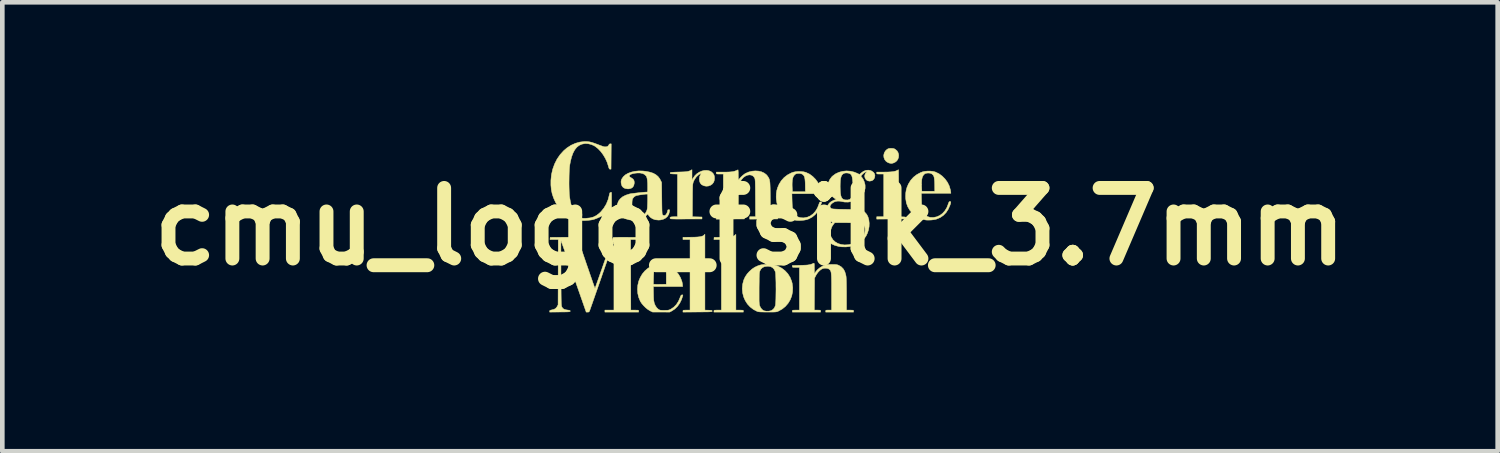
<source format=kicad_pcb>
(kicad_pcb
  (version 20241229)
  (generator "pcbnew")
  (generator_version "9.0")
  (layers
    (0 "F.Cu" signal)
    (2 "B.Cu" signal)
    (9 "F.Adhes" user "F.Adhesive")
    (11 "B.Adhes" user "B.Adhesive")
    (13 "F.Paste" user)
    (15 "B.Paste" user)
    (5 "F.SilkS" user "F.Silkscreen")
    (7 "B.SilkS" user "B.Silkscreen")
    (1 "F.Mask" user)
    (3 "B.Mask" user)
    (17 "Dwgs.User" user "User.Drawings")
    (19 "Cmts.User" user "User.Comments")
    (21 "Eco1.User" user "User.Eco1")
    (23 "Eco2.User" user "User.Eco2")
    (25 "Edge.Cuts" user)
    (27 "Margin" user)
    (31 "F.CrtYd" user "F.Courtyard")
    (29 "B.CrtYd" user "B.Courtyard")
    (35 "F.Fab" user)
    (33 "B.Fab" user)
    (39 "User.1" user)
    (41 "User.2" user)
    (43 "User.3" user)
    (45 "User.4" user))
  (footprint "cmu_logo_fsilk_3.7mm"
    (layer "F.Cu")
    (at 13.143 1.842)
    (property "Reference" "cmu_logo_fsilk_3.7mm" (at 0 0 0) (layer "F.SilkS") (effects (font (size 1.524 1.524) (thickness 0.3))))
    (attr through_hole)
    (fp_poly (pts (xy -0.305 1.803) (xy -0.224 1.803) (xy -0.187 1.804) (xy -0.164 1.805) (xy -0.151 1.807) (xy -0.145 1.812) (xy -0.144 1.821) (xy -0.144 1.825) (xy -0.144 1.846) (xy -0.779 1.846) (xy -0.779 1.825) (xy -0.778 1.815) (xy -0.775 1.809) (xy -0.764 1.805) (xy -0.745 1.804) (xy -0.712 1.803) (xy -0.699 1.803) (xy -0.618 1.803) (xy -0.618 0.279) (xy -0.78 0.279) (xy -0.777 0.256) (xy -0.775 0.233) (xy -0.61 0.23) (xy -0.535 0.229) (xy -0.476 0.226) (xy -0.429 0.222) (xy -0.393 0.217) (xy -0.366 0.209) (xy -0.345 0.199) (xy -0.33 0.189) (xy -0.305 0.168) (xy -0.305 1.803)) (stroke (width 0.01) (type solid)) (fill yes) (layer "F.SilkS"))
    (fp_poly (pts (xy 3.082 -1.688) (xy 3.107 -1.683) (xy 3.129 -1.672) (xy 3.139 -1.666) (xy 3.176 -1.633) (xy 3.199 -1.591) (xy 3.21 -1.545) (xy 3.207 -1.497) (xy 3.191 -1.452) (xy 3.168 -1.419) (xy 3.138 -1.394) (xy 3.101 -1.375) (xy 3.065 -1.365) (xy 3.052 -1.364) (xy 3.027 -1.367) (xy 2.998 -1.374) (xy 2.994 -1.376) (xy 2.965 -1.39) (xy 2.938 -1.409) (xy 2.936 -1.411) (xy 2.906 -1.45) (xy 2.89 -1.495) (xy 2.887 -1.542) (xy 2.898 -1.589) (xy 2.921 -1.631) (xy 2.956 -1.665) (xy 2.957 -1.665) (xy 2.979 -1.679) (xy 3.001 -1.686) (xy 3.028 -1.689) (xy 3.048 -1.689) (xy 3.082 -1.688)) (stroke (width 0.01) (type solid)) (fill yes) (layer "F.SilkS"))
    (fp_poly (pts (xy -0.974 1.803) (xy -0.895 1.805) (xy -0.859 1.807) (xy -0.835 1.809) (xy -0.823 1.812) (xy -0.818 1.818) (xy -0.817 1.825) (xy -0.817 1.829) (xy -0.82 1.832) (xy -0.826 1.835) (xy -0.837 1.838) (xy -0.855 1.839) (xy -0.881 1.841) (xy -0.917 1.842) (xy -0.965 1.842) (xy -1.026 1.843) (xy -1.102 1.844) (xy -1.132 1.844) (xy -1.448 1.846) (xy -1.448 1.825) (xy -1.447 1.815) (xy -1.443 1.808) (xy -1.433 1.805) (xy -1.412 1.804) (xy -1.379 1.803) (xy -1.372 1.803) (xy -1.295 1.803) (xy -1.295 0.279) (xy -1.448 0.279) (xy -1.448 0.231) (xy -1.278 0.229) (xy -1.2 0.228) (xy -1.138 0.225) (xy -1.088 0.22) (xy -1.05 0.212) (xy -1.021 0.203) (xy -1 0.19) (xy -0.993 0.184) (xy -0.974 0.166) (xy -0.974 1.803)) (stroke (width 0.01) (type solid)) (fill yes) (layer "F.SilkS"))
    (fp_poly (pts (xy 3.205 -1.219) (xy 3.206 -1.196) (xy 3.207 -1.158) (xy 3.207 -1.108) (xy 3.208 -1.046) (xy 3.208 -0.976) (xy 3.209 -0.896) (xy 3.209 -0.811) (xy 3.209 -0.72) (xy 3.209 -0.212) (xy 3.287 -0.21) (xy 3.324 -0.209) (xy 3.347 -0.207) (xy 3.359 -0.203) (xy 3.364 -0.198) (xy 3.365 -0.189) (xy 3.365 -0.186) (xy 3.365 -0.165) (xy 3.05 -0.164) (xy 2.735 -0.162) (xy 2.735 -0.212) (xy 2.887 -0.212) (xy 2.887 -1.135) (xy 2.811 -1.135) (xy 2.775 -1.135) (xy 2.752 -1.136) (xy 2.74 -1.139) (xy 2.736 -1.144) (xy 2.735 -1.154) (xy 2.735 -1.156) (xy 2.735 -1.177) (xy 2.893 -1.177) (xy 2.977 -1.178) (xy 3.046 -1.182) (xy 3.1 -1.189) (xy 3.142 -1.198) (xy 3.173 -1.211) (xy 3.181 -1.215) (xy 3.197 -1.225) (xy 3.204 -1.228) (xy 3.205 -1.219)) (stroke (width 0.01) (type solid)) (fill yes) (layer "F.SilkS"))
    (fp_poly (pts (xy -1.253 -1.116) (xy -1.253 -1.003) (xy -1.228 -1.046) (xy -1.191 -1.099) (xy -1.146 -1.142) (xy -1.096 -1.175) (xy -1.042 -1.199) (xy -0.988 -1.212) (xy -0.934 -1.214) (xy -0.884 -1.205) (xy -0.839 -1.185) (xy -0.802 -1.153) (xy -0.781 -1.122) (xy -0.77 -1.088) (xy -0.767 -1.046) (xy -0.771 -1.003) (xy -0.782 -0.966) (xy -0.784 -0.961) (xy -0.813 -0.921) (xy -0.853 -0.893) (xy -0.898 -0.876) (xy -0.947 -0.872) (xy -0.995 -0.881) (xy -1.04 -0.903) (xy -1.053 -0.913) (xy -1.077 -0.945) (xy -1.091 -0.986) (xy -1.094 -1.032) (xy -1.087 -1.079) (xy -1.072 -1.113) (xy -1.061 -1.135) (xy -1.056 -1.148) (xy -1.057 -1.151) (xy -1.066 -1.147) (xy -1.085 -1.135) (xy -1.106 -1.122) (xy -1.157 -1.076) (xy -1.199 -1.017) (xy -1.222 -0.967) (xy -1.227 -0.954) (xy -1.23 -0.942) (xy -1.233 -0.927) (xy -1.236 -0.909) (xy -1.238 -0.885) (xy -1.239 -0.854) (xy -1.24 -0.814) (xy -1.241 -0.764) (xy -1.242 -0.702) (xy -1.242 -0.625) (xy -1.243 -0.565) (xy -1.245 -0.212) (xy -1.037 -0.207) (xy -1.037 -0.165) (xy -1.378 -0.164) (xy -1.465 -0.163) (xy -1.536 -0.163) (xy -1.593 -0.163) (xy -1.638 -0.164) (xy -1.671 -0.165) (xy -1.695 -0.166) (xy -1.711 -0.168) (xy -1.72 -0.171) (xy -1.724 -0.174) (xy -1.724 -0.174) (xy -1.728 -0.19) (xy -1.723 -0.201) (xy -1.706 -0.208) (xy -1.677 -0.211) (xy -1.643 -0.212) (xy -1.566 -0.212) (xy -1.566 -1.134) (xy -1.645 -1.136) (xy -1.681 -1.138) (xy -1.705 -1.14) (xy -1.717 -1.143) (xy -1.722 -1.149) (xy -1.723 -1.156) (xy -1.722 -1.161) (xy -1.719 -1.166) (xy -1.71 -1.169) (xy -1.695 -1.171) (xy -1.67 -1.173) (xy -1.634 -1.175) (xy -1.584 -1.177) (xy -1.541 -1.178) (xy -1.475 -1.18) (xy -1.424 -1.182) (xy -1.384 -1.185) (xy -1.353 -1.189) (xy -1.328 -1.195) (xy -1.307 -1.201) (xy -1.287 -1.21) (xy -1.28 -1.214) (xy -1.253 -1.228) (xy -1.253 -1.116)) (stroke (width 0.01) (type solid)) (fill yes) (layer "F.SilkS"))
    (fp_poly (pts (xy 1.096 -1.189) (xy 1.154 -1.183) (xy 1.202 -1.172) (xy 1.206 -1.17) (xy 1.285 -1.133) (xy 1.355 -1.081) (xy 1.417 -1.018) (xy 1.469 -0.946) (xy 1.508 -0.867) (xy 1.532 -0.783) (xy 1.537 -0.756) (xy 1.543 -0.711) (xy 0.904 -0.711) (xy 0.908 -0.552) (xy 0.91 -0.492) (xy 0.912 -0.445) (xy 0.916 -0.408) (xy 0.92 -0.379) (xy 0.925 -0.354) (xy 0.93 -0.337) (xy 0.956 -0.281) (xy 0.993 -0.237) (xy 1.039 -0.207) (xy 1.095 -0.191) (xy 1.16 -0.188) (xy 1.164 -0.189) (xy 1.237 -0.203) (xy 1.304 -0.232) (xy 1.363 -0.276) (xy 1.414 -0.333) (xy 1.456 -0.403) (xy 1.483 -0.472) (xy 1.494 -0.503) (xy 1.502 -0.522) (xy 1.511 -0.53) (xy 1.522 -0.533) (xy 1.526 -0.533) (xy 1.548 -0.533) (xy 1.536 -0.489) (xy 1.503 -0.401) (xy 1.46 -0.324) (xy 1.405 -0.258) (xy 1.341 -0.205) (xy 1.268 -0.166) (xy 1.219 -0.149) (xy 1.173 -0.14) (xy 1.119 -0.134) (xy 1.063 -0.131) (xy 1.012 -0.133) (xy 0.994 -0.135) (xy 0.904 -0.157) (xy 0.821 -0.194) (xy 0.747 -0.246) (xy 0.715 -0.275) (xy 0.655 -0.346) (xy 0.611 -0.422) (xy 0.581 -0.505) (xy 0.567 -0.595) (xy 0.565 -0.643) (xy 0.568 -0.716) (xy 0.578 -0.78) (xy 0.596 -0.841) (xy 0.624 -0.905) (xy 0.909 -0.905) (xy 0.91 -0.86) (xy 0.912 -0.82) (xy 0.912 -0.811) (xy 0.916 -0.754) (xy 1.195 -0.754) (xy 1.193 -0.9) (xy 1.191 -0.963) (xy 1.187 -1.012) (xy 1.182 -1.05) (xy 1.174 -1.078) (xy 1.162 -1.1) (xy 1.146 -1.118) (xy 1.131 -1.13) (xy 1.104 -1.142) (xy 1.067 -1.148) (xy 1.028 -1.147) (xy 0.993 -1.139) (xy 0.976 -1.13) (xy 0.946 -1.099) (xy 0.925 -1.056) (xy 0.913 -1.001) (xy 0.91 -0.949) (xy 0.909 -0.905) (xy 0.624 -0.905) (xy 0.625 -0.908) (xy 0.628 -0.914) (xy 0.675 -0.991) (xy 0.735 -1.058) (xy 0.807 -1.114) (xy 0.889 -1.158) (xy 0.931 -1.174) (xy 0.979 -1.184) (xy 1.036 -1.19) (xy 1.096 -1.189)) (stroke (width 0.01) (type solid)) (fill yes) (layer "F.SilkS"))
    (fp_poly (pts (xy -0.258 -1.219) (xy -0.256 -1.198) (xy -0.254 -1.167) (xy -0.254 -1.127) (xy -0.254 -1.112) (xy -0.253 -1.065) (xy -0.252 -1.033) (xy -0.25 -1.015) (xy -0.248 -1.008) (xy -0.244 -1.01) (xy -0.243 -1.011) (xy -0.221 -1.041) (xy -0.189 -1.075) (xy -0.153 -1.108) (xy -0.117 -1.136) (xy -0.094 -1.15) (xy -0.027 -1.179) (xy 0.043 -1.196) (xy 0.114 -1.202) (xy 0.183 -1.198) (xy 0.247 -1.183) (xy 0.304 -1.157) (xy 0.351 -1.122) (xy 0.379 -1.089) (xy 0.391 -1.07) (xy 0.402 -1.052) (xy 0.411 -1.034) (xy 0.418 -1.014) (xy 0.423 -0.991) (xy 0.428 -0.962) (xy 0.431 -0.927) (xy 0.433 -0.882) (xy 0.435 -0.828) (xy 0.436 -0.761) (xy 0.437 -0.681) (xy 0.438 -0.587) (xy 0.442 -0.212) (xy 0.519 -0.21) (xy 0.556 -0.209) (xy 0.579 -0.207) (xy 0.591 -0.203) (xy 0.596 -0.198) (xy 0.597 -0.188) (xy 0.597 -0.186) (xy 0.597 -0.165) (xy 0.294 -0.163) (xy -0.008 -0.161) (xy -0.008 -0.212) (xy 0.119 -0.212) (xy 0.117 -0.616) (xy 0.116 -0.709) (xy 0.116 -0.787) (xy 0.115 -0.851) (xy 0.114 -0.903) (xy 0.113 -0.944) (xy 0.112 -0.976) (xy 0.11 -1) (xy 0.108 -1.018) (xy 0.106 -1.031) (xy 0.103 -1.041) (xy 0.099 -1.05) (xy 0.097 -1.054) (xy 0.071 -1.088) (xy 0.035 -1.109) (xy -0.007 -1.117) (xy -0.054 -1.11) (xy -0.091 -1.096) (xy -0.142 -1.062) (xy -0.185 -1.013) (xy -0.223 -0.949) (xy -0.223 -0.948) (xy -0.25 -0.893) (xy -0.252 -0.552) (xy -0.255 -0.212) (xy -0.117 -0.212) (xy -0.123 -0.165) (xy -0.425 -0.163) (xy -0.728 -0.16) (xy -0.728 -0.212) (xy -0.576 -0.212) (xy -0.576 -1.135) (xy -0.652 -1.135) (xy -0.688 -1.135) (xy -0.71 -1.136) (xy -0.722 -1.139) (xy -0.727 -1.144) (xy -0.728 -1.154) (xy -0.728 -1.156) (xy -0.728 -1.177) (xy -0.578 -1.177) (xy -0.505 -1.177) (xy -0.447 -1.179) (xy -0.4 -1.183) (xy -0.36 -1.189) (xy -0.326 -1.198) (xy -0.294 -1.21) (xy -0.261 -1.225) (xy -0.26 -1.226) (xy -0.258 -1.219)) (stroke (width 0.01) (type solid)) (fill yes) (layer "F.SilkS"))
    (fp_poly (pts (xy 3.89 -1.198) (xy 3.948 -1.192) (xy 3.996 -1.18) (xy 4 -1.179) (xy 4.079 -1.141) (xy 4.149 -1.09) (xy 4.211 -1.027) (xy 4.263 -0.955) (xy 4.302 -0.876) (xy 4.326 -0.792) (xy 4.331 -0.764) (xy 4.337 -0.72) (xy 3.698 -0.72) (xy 3.702 -0.561) (xy 3.704 -0.5) (xy 3.706 -0.453) (xy 3.71 -0.417) (xy 3.714 -0.388) (xy 3.719 -0.363) (xy 3.724 -0.346) (xy 3.75 -0.29) (xy 3.787 -0.246) (xy 3.833 -0.216) (xy 3.889 -0.199) (xy 3.954 -0.197) (xy 3.958 -0.197) (xy 4.031 -0.211) (xy 4.098 -0.241) (xy 4.157 -0.285) (xy 4.208 -0.342) (xy 4.25 -0.411) (xy 4.277 -0.481) (xy 4.288 -0.512) (xy 4.297 -0.531) (xy 4.306 -0.54) (xy 4.316 -0.542) (xy 4.329 -0.539) (xy 4.334 -0.529) (xy 4.332 -0.509) (xy 4.323 -0.476) (xy 4.318 -0.463) (xy 4.281 -0.377) (xy 4.233 -0.303) (xy 4.175 -0.243) (xy 4.107 -0.196) (xy 4.029 -0.163) (xy 4.013 -0.158) (xy 3.967 -0.149) (xy 3.913 -0.142) (xy 3.857 -0.14) (xy 3.806 -0.141) (xy 3.788 -0.144) (xy 3.698 -0.166) (xy 3.615 -0.203) (xy 3.541 -0.254) (xy 3.509 -0.283) (xy 3.449 -0.354) (xy 3.405 -0.43) (xy 3.375 -0.513) (xy 3.361 -0.604) (xy 3.359 -0.652) (xy 3.362 -0.724) (xy 3.372 -0.788) (xy 3.39 -0.85) (xy 3.418 -0.914) (xy 3.703 -0.914) (xy 3.704 -0.868) (xy 3.706 -0.829) (xy 3.706 -0.819) (xy 3.71 -0.762) (xy 3.989 -0.762) (xy 3.987 -0.908) (xy 3.985 -0.972) (xy 3.981 -1.021) (xy 3.976 -1.058) (xy 3.968 -1.087) (xy 3.956 -1.109) (xy 3.94 -1.126) (xy 3.925 -1.138) (xy 3.898 -1.151) (xy 3.861 -1.156) (xy 3.822 -1.155) (xy 3.787 -1.147) (xy 3.77 -1.138) (xy 3.74 -1.107) (xy 3.719 -1.065) (xy 3.707 -1.009) (xy 3.704 -0.958) (xy 3.703 -0.914) (xy 3.418 -0.914) (xy 3.419 -0.917) (xy 3.422 -0.922) (xy 3.469 -0.999) (xy 3.529 -1.066) (xy 3.601 -1.122) (xy 3.683 -1.166) (xy 3.725 -1.182) (xy 3.773 -1.193) (xy 3.83 -1.198) (xy 3.89 -1.198)) (stroke (width 0.01) (type solid)) (fill yes) (layer "F.SilkS"))
    (fp_poly (pts (xy -1.888 0.814) (xy -1.822 0.824) (xy -1.806 0.828) (xy -1.732 0.859) (xy -1.662 0.905) (xy -1.599 0.962) (xy -1.544 1.029) (xy -1.501 1.104) (xy -1.471 1.183) (xy -1.469 1.191) (xy -1.462 1.223) (xy -1.457 1.253) (xy -1.456 1.268) (xy -1.456 1.295) (xy -1.772 1.295) (xy -2.087 1.295) (xy -2.085 1.42) (xy -2.084 1.47) (xy -2.083 1.518) (xy -2.081 1.561) (xy -2.079 1.593) (xy -2.078 1.598) (xy -2.067 1.654) (xy -2.045 1.706) (xy -2.016 1.75) (xy -1.983 1.782) (xy -1.966 1.793) (xy -1.951 1.801) (xy -1.934 1.805) (xy -1.91 1.807) (xy -1.876 1.808) (xy -1.851 1.808) (xy -1.809 1.807) (xy -1.779 1.806) (xy -1.756 1.802) (xy -1.737 1.796) (xy -1.716 1.786) (xy -1.711 1.784) (xy -1.646 1.74) (xy -1.59 1.683) (xy -1.545 1.613) (xy -1.511 1.534) (xy -1.499 1.503) (xy -1.49 1.486) (xy -1.479 1.477) (xy -1.469 1.475) (xy -1.454 1.474) (xy -1.45 1.482) (xy -1.453 1.496) (xy -1.48 1.578) (xy -1.518 1.655) (xy -1.566 1.722) (xy -1.623 1.778) (xy -1.684 1.819) (xy -1.734 1.846) (xy -1.919 1.845) (xy -2.104 1.845) (xy -2.159 1.818) (xy -2.204 1.79) (xy -2.253 1.751) (xy -2.299 1.705) (xy -2.339 1.658) (xy -2.369 1.612) (xy -2.369 1.611) (xy -2.404 1.527) (xy -2.424 1.44) (xy -2.43 1.352) (xy -2.423 1.265) (xy -2.418 1.244) (xy -2.087 1.244) (xy -2.066 1.246) (xy -2.05 1.247) (xy -2.021 1.248) (xy -1.982 1.248) (xy -1.938 1.247) (xy -1.926 1.247) (xy -1.808 1.245) (xy -1.808 1.099) (xy -1.808 1.045) (xy -1.809 1.004) (xy -1.81 0.975) (xy -1.813 0.954) (xy -1.817 0.938) (xy -1.823 0.924) (xy -1.825 0.919) (xy -1.851 0.886) (xy -1.886 0.864) (xy -1.926 0.855) (xy -1.967 0.857) (xy -2.007 0.871) (xy -2.041 0.897) (xy -2.061 0.923) (xy -2.068 0.936) (xy -2.073 0.951) (xy -2.076 0.972) (xy -2.079 1) (xy -2.081 1.04) (xy -2.083 1.093) (xy -2.083 1.098) (xy -2.087 1.244) (xy -2.418 1.244) (xy -2.403 1.179) (xy -2.37 1.099) (xy -2.326 1.024) (xy -2.271 0.958) (xy -2.206 0.902) (xy -2.132 0.857) (xy -2.095 0.842) (xy -2.031 0.823) (xy -1.959 0.814) (xy -1.888 0.814)) (stroke (width 0.01) (type solid)) (fill yes) (layer "F.SilkS"))
    (fp_poly (pts (xy 1.384 0.794) (xy 1.386 0.805) (xy 1.388 0.825) (xy 1.388 0.858) (xy 1.389 0.903) (xy 1.389 1.02) (xy 1.418 0.976) (xy 1.459 0.928) (xy 1.513 0.884) (xy 1.576 0.848) (xy 1.593 0.84) (xy 1.616 0.831) (xy 1.637 0.824) (xy 1.659 0.82) (xy 1.687 0.818) (xy 1.725 0.818) (xy 1.761 0.817) (xy 1.81 0.818) (xy 1.845 0.819) (xy 1.871 0.822) (xy 1.891 0.827) (xy 1.91 0.834) (xy 1.915 0.836) (xy 1.97 0.869) (xy 2.014 0.914) (xy 2.046 0.971) (xy 2.067 1.041) (xy 2.074 1.078) (xy 2.076 1.103) (xy 2.078 1.142) (xy 2.08 1.194) (xy 2.081 1.257) (xy 2.082 1.328) (xy 2.083 1.405) (xy 2.083 1.474) (xy 2.083 1.803) (xy 2.159 1.803) (xy 2.195 1.804) (xy 2.217 1.805) (xy 2.229 1.808) (xy 2.234 1.813) (xy 2.235 1.823) (xy 2.235 1.825) (xy 2.235 1.846) (xy 1.634 1.846) (xy 1.634 1.825) (xy 1.635 1.814) (xy 1.64 1.807) (xy 1.652 1.804) (xy 1.675 1.803) (xy 1.698 1.803) (xy 1.761 1.803) (xy 1.761 1.411) (xy 1.761 1.313) (xy 1.761 1.23) (xy 1.76 1.161) (xy 1.759 1.104) (xy 1.757 1.059) (xy 1.754 1.023) (xy 1.751 0.995) (xy 1.746 0.973) (xy 1.74 0.957) (xy 1.733 0.944) (xy 1.724 0.933) (xy 1.714 0.923) (xy 1.689 0.908) (xy 1.654 0.9) (xy 1.615 0.898) (xy 1.577 0.904) (xy 1.571 0.906) (xy 1.537 0.923) (xy 1.5 0.953) (xy 1.464 0.991) (xy 1.434 1.034) (xy 1.422 1.055) (xy 1.393 1.112) (xy 1.388 1.803) (xy 1.456 1.803) (xy 1.49 1.804) (xy 1.51 1.805) (xy 1.52 1.809) (xy 1.524 1.816) (xy 1.524 1.825) (xy 1.524 1.846) (xy 0.914 1.846) (xy 0.914 1.825) (xy 0.915 1.815) (xy 0.919 1.808) (xy 0.93 1.805) (xy 0.95 1.804) (xy 0.984 1.803) (xy 0.991 1.803) (xy 1.067 1.803) (xy 1.067 0.881) (xy 0.991 0.881) (xy 0.955 0.88) (xy 0.932 0.879) (xy 0.92 0.876) (xy 0.915 0.871) (xy 0.914 0.861) (xy 0.914 0.86) (xy 0.914 0.84) (xy 1.09 0.836) (xy 1.154 0.834) (xy 1.205 0.832) (xy 1.245 0.829) (xy 1.277 0.824) (xy 1.306 0.818) (xy 1.334 0.808) (xy 1.364 0.796) (xy 1.374 0.792) (xy 1.38 0.791) (xy 1.384 0.794)) (stroke (width 0.01) (type solid)) (fill yes) (layer "F.SilkS"))
    (fp_poly (pts (xy 0.461 0.817) (xy 0.504 0.823) (xy 0.51 0.824) (xy 0.601 0.854) (xy 0.683 0.897) (xy 0.755 0.952) (xy 0.816 1.018) (xy 0.864 1.094) (xy 0.898 1.178) (xy 0.91 1.224) (xy 0.922 1.318) (xy 0.918 1.41) (xy 0.9 1.499) (xy 0.867 1.582) (xy 0.821 1.657) (xy 0.762 1.725) (xy 0.692 1.781) (xy 0.611 1.826) (xy 0.604 1.829) (xy 0.59 1.835) (xy 0.575 1.839) (xy 0.555 1.842) (xy 0.53 1.844) (xy 0.495 1.845) (xy 0.449 1.845) (xy 0.389 1.845) (xy 0.378 1.845) (xy 0.315 1.845) (xy 0.267 1.844) (xy 0.23 1.843) (xy 0.203 1.841) (xy 0.182 1.838) (xy 0.165 1.834) (xy 0.15 1.829) (xy 0.072 1.788) (xy 0.002 1.734) (xy -0.057 1.67) (xy -0.104 1.596) (xy -0.139 1.515) (xy -0.147 1.482) (xy 0.196 1.482) (xy 0.196 1.54) (xy 0.196 1.586) (xy 0.197 1.622) (xy 0.199 1.65) (xy 0.201 1.671) (xy 0.203 1.688) (xy 0.207 1.702) (xy 0.208 1.707) (xy 0.227 1.749) (xy 0.255 1.785) (xy 0.286 1.81) (xy 0.307 1.819) (xy 0.355 1.827) (xy 0.404 1.826) (xy 0.449 1.817) (xy 0.463 1.811) (xy 0.499 1.787) (xy 0.527 1.753) (xy 0.546 1.709) (xy 0.55 1.69) (xy 0.553 1.656) (xy 0.556 1.61) (xy 0.558 1.554) (xy 0.559 1.491) (xy 0.56 1.423) (xy 0.561 1.352) (xy 0.56 1.28) (xy 0.56 1.211) (xy 0.558 1.146) (xy 0.556 1.088) (xy 0.554 1.039) (xy 0.551 1.002) (xy 0.548 0.978) (xy 0.546 0.975) (xy 0.522 0.924) (xy 0.489 0.888) (xy 0.447 0.865) (xy 0.395 0.856) (xy 0.365 0.857) (xy 0.311 0.865) (xy 0.269 0.885) (xy 0.236 0.917) (xy 0.219 0.946) (xy 0.214 0.956) (xy 0.21 0.966) (xy 0.207 0.978) (xy 0.204 0.993) (xy 0.202 1.013) (xy 0.2 1.04) (xy 0.199 1.075) (xy 0.198 1.121) (xy 0.198 1.178) (xy 0.197 1.249) (xy 0.196 1.324) (xy 0.196 1.411) (xy 0.196 1.482) (xy -0.147 1.482) (xy -0.16 1.429) (xy -0.168 1.34) (xy -0.16 1.249) (xy -0.157 1.236) (xy -0.136 1.155) (xy -0.104 1.085) (xy -0.061 1.021) (xy -0.014 0.969) (xy 0.043 0.918) (xy 0.1 0.879) (xy 0.164 0.849) (xy 0.209 0.833) (xy 0.247 0.824) (xy 0.296 0.819) (xy 0.352 0.815) (xy 0.409 0.815) (xy 0.461 0.817)) (stroke (width 0.01) (type solid)) (fill yes) (layer "F.SilkS"))
    (fp_poly (pts (xy -3.509 -1.835) (xy -3.464 -1.829) (xy -3.417 -1.818) (xy -3.362 -1.8) (xy -3.297 -1.776) (xy -3.282 -1.77) (xy -3.239 -1.754) (xy -3.199 -1.739) (xy -3.166 -1.728) (xy -3.143 -1.722) (xy -3.141 -1.722) (xy -3.103 -1.722) (xy -3.072 -1.733) (xy -3.052 -1.755) (xy -3.049 -1.762) (xy -3.038 -1.781) (xy -3.021 -1.786) (xy -3.019 -1.786) (xy -2.997 -1.786) (xy -2.999 -1.513) (xy -3.001 -1.24) (xy -3.021 -1.24) (xy -3.032 -1.242) (xy -3.04 -1.25) (xy -3.047 -1.267) (xy -3.056 -1.296) (xy -3.057 -1.301) (xy -3.085 -1.388) (xy -3.123 -1.472) (xy -3.17 -1.551) (xy -3.223 -1.622) (xy -3.281 -1.683) (xy -3.342 -1.731) (xy -3.368 -1.747) (xy -3.428 -1.773) (xy -3.493 -1.789) (xy -3.554 -1.793) (xy -3.569 -1.792) (xy -3.633 -1.779) (xy -3.69 -1.753) (xy -3.74 -1.713) (xy -3.784 -1.659) (xy -3.821 -1.59) (xy -3.852 -1.507) (xy -3.877 -1.408) (xy -3.892 -1.327) (xy -3.897 -1.286) (xy -3.901 -1.231) (xy -3.904 -1.165) (xy -3.906 -1.091) (xy -3.907 -1.014) (xy -3.908 -0.935) (xy -3.907 -0.858) (xy -3.905 -0.785) (xy -3.903 -0.722) (xy -3.899 -0.669) (xy -3.896 -0.643) (xy -3.878 -0.535) (xy -3.855 -0.443) (xy -3.826 -0.365) (xy -3.791 -0.302) (xy -3.75 -0.252) (xy -3.702 -0.214) (xy -3.674 -0.199) (xy -3.649 -0.189) (xy -3.628 -0.182) (xy -3.606 -0.179) (xy -3.578 -0.178) (xy -3.539 -0.179) (xy -3.532 -0.18) (xy -3.451 -0.188) (xy -3.381 -0.207) (xy -3.317 -0.239) (xy -3.257 -0.285) (xy -3.219 -0.321) (xy -3.156 -0.398) (xy -3.103 -0.486) (xy -3.064 -0.582) (xy -3.043 -0.664) (xy -3.035 -0.699) (xy -3.029 -0.721) (xy -3.023 -0.732) (xy -3.015 -0.736) (xy -3.009 -0.737) (xy -2.99 -0.737) (xy -2.989 -0.453) (xy -2.99 -0.384) (xy -2.99 -0.321) (xy -2.991 -0.266) (xy -2.992 -0.221) (xy -2.994 -0.188) (xy -2.995 -0.169) (xy -2.997 -0.166) (xy -3.013 -0.164) (xy -3.029 -0.177) (xy -3.04 -0.196) (xy -3.054 -0.219) (xy -3.075 -0.241) (xy -3.098 -0.257) (xy -3.115 -0.262) (xy -3.128 -0.259) (xy -3.153 -0.249) (xy -3.186 -0.234) (xy -3.223 -0.217) (xy -3.227 -0.215) (xy -3.271 -0.195) (xy -3.317 -0.175) (xy -3.359 -0.16) (xy -3.387 -0.151) (xy -3.437 -0.142) (xy -3.497 -0.135) (xy -3.56 -0.131) (xy -3.62 -0.131) (xy -3.672 -0.135) (xy -3.679 -0.136) (xy -3.782 -0.16) (xy -3.879 -0.2) (xy -3.969 -0.255) (xy -4.05 -0.323) (xy -4.122 -0.403) (xy -4.183 -0.496) (xy -4.199 -0.525) (xy -4.241 -0.617) (xy -4.271 -0.706) (xy -4.29 -0.797) (xy -4.299 -0.895) (xy -4.299 -0.998) (xy -4.287 -1.12) (xy -4.26 -1.239) (xy -4.219 -1.352) (xy -4.166 -1.457) (xy -4.1 -1.553) (xy -4.023 -1.638) (xy -3.954 -1.697) (xy -3.865 -1.755) (xy -3.77 -1.798) (xy -3.672 -1.825) (xy -3.573 -1.837) (xy -3.553 -1.837) (xy -3.509 -1.835)) (stroke (width 0.01) (type solid)) (fill yes) (layer "F.SilkS"))
    (fp_poly (pts (xy -2.313 -1.2) (xy -2.25 -1.193) (xy -2.164 -1.176) (xy -2.092 -1.153) (xy -2.034 -1.121) (xy -1.987 -1.082) (xy -1.95 -1.034) (xy -1.937 -1.009) (xy -1.909 -0.953) (xy -1.905 -0.607) (xy -1.904 -0.521) (xy -1.903 -0.451) (xy -1.902 -0.394) (xy -1.901 -0.35) (xy -1.899 -0.316) (xy -1.898 -0.291) (xy -1.896 -0.274) (xy -1.893 -0.263) (xy -1.89 -0.255) (xy -1.887 -0.251) (xy -1.884 -0.249) (xy -1.861 -0.238) (xy -1.837 -0.242) (xy -1.828 -0.246) (xy -1.813 -0.261) (xy -1.797 -0.286) (xy -1.785 -0.314) (xy -1.778 -0.34) (xy -1.778 -0.345) (xy -1.774 -0.359) (xy -1.759 -0.364) (xy -1.756 -0.364) (xy -1.742 -0.363) (xy -1.736 -0.357) (xy -1.737 -0.341) (xy -1.739 -0.326) (xy -1.754 -0.268) (xy -1.783 -0.22) (xy -1.824 -0.183) (xy -1.877 -0.157) (xy -1.939 -0.143) (xy -1.977 -0.141) (xy -2.046 -0.148) (xy -2.105 -0.169) (xy -2.155 -0.203) (xy -2.196 -0.252) (xy -2.2 -0.259) (xy -2.208 -0.269) (xy -2.215 -0.267) (xy -2.227 -0.253) (xy -2.227 -0.253) (xy -2.263 -0.218) (xy -2.312 -0.188) (xy -2.37 -0.165) (xy -2.435 -0.148) (xy -2.503 -0.14) (xy -2.57 -0.141) (xy -2.616 -0.148) (xy -2.692 -0.17) (xy -2.755 -0.203) (xy -2.804 -0.245) (xy -2.841 -0.297) (xy -2.863 -0.357) (xy -2.87 -0.424) (xy -2.863 -0.49) (xy -2.548 -0.49) (xy -2.548 -0.443) (xy -2.546 -0.397) (xy -2.543 -0.356) (xy -2.538 -0.324) (xy -2.536 -0.317) (xy -2.514 -0.271) (xy -2.479 -0.234) (xy -2.46 -0.222) (xy -2.432 -0.213) (xy -2.395 -0.212) (xy -2.357 -0.217) (xy -2.325 -0.227) (xy -2.318 -0.231) (xy -2.285 -0.257) (xy -2.257 -0.291) (xy -2.233 -0.336) (xy -2.227 -0.352) (xy -2.222 -0.369) (xy -2.218 -0.39) (xy -2.215 -0.417) (xy -2.214 -0.454) (xy -2.212 -0.504) (xy -2.211 -0.54) (xy -2.21 -0.596) (xy -2.21 -0.638) (xy -2.21 -0.667) (xy -2.211 -0.686) (xy -2.214 -0.696) (xy -2.217 -0.701) (xy -2.223 -0.702) (xy -2.224 -0.702) (xy -2.252 -0.701) (xy -2.289 -0.697) (xy -2.331 -0.691) (xy -2.374 -0.685) (xy -2.413 -0.678) (xy -2.444 -0.672) (xy -2.464 -0.667) (xy -2.464 -0.667) (xy -2.503 -0.642) (xy -2.532 -0.606) (xy -2.539 -0.59) (xy -2.544 -0.568) (xy -2.547 -0.533) (xy -2.548 -0.49) (xy -2.863 -0.49) (xy -2.862 -0.49) (xy -2.84 -0.549) (xy -2.802 -0.6) (xy -2.751 -0.643) (xy -2.685 -0.677) (xy -2.607 -0.703) (xy -2.593 -0.706) (xy -2.567 -0.711) (xy -2.528 -0.716) (xy -2.48 -0.722) (xy -2.427 -0.728) (xy -2.372 -0.734) (xy -2.32 -0.739) (xy -2.275 -0.743) (xy -2.24 -0.745) (xy -2.229 -0.745) (xy -2.221 -0.746) (xy -2.216 -0.749) (xy -2.213 -0.758) (xy -2.211 -0.776) (xy -2.21 -0.804) (xy -2.21 -0.846) (xy -2.21 -0.857) (xy -2.211 -0.936) (xy -2.216 -0.999) (xy -2.224 -1.047) (xy -2.235 -1.081) (xy -2.242 -1.092) (xy -2.275 -1.125) (xy -2.318 -1.146) (xy -2.372 -1.157) (xy -2.438 -1.157) (xy -2.48 -1.153) (xy -2.533 -1.143) (xy -2.573 -1.129) (xy -2.598 -1.112) (xy -2.606 -1.095) (xy -2.604 -1.083) (xy -2.592 -1.07) (xy -2.567 -1.054) (xy -2.563 -1.052) (xy -2.527 -1.027) (xy -2.507 -0.999) (xy -2.499 -0.964) (xy -2.5 -0.931) (xy -2.511 -0.884) (xy -2.534 -0.849) (xy -2.569 -0.826) (xy -2.615 -0.815) (xy -2.648 -0.815) (xy -2.699 -0.824) (xy -2.738 -0.845) (xy -2.765 -0.878) (xy -2.78 -0.924) (xy -2.783 -0.942) (xy -2.784 -0.976) (xy -2.779 -1.003) (xy -2.769 -1.027) (xy -2.737 -1.075) (xy -2.691 -1.117) (xy -2.632 -1.151) (xy -2.563 -1.176) (xy -2.486 -1.194) (xy -2.402 -1.202) (xy -2.313 -1.2)) (stroke (width 0.01) (type solid)) (fill yes) (layer "F.SilkS"))
    (fp_poly (pts (xy -3.899 0.231) (xy -3.844 0.231) (xy -3.798 0.232) (xy -3.763 0.233) (xy -3.742 0.234) (xy -3.736 0.235) (xy -3.733 0.24) (xy -3.728 0.252) (xy -3.72 0.271) (xy -3.709 0.299) (xy -3.696 0.337) (xy -3.679 0.384) (xy -3.658 0.442) (xy -3.634 0.511) (xy -3.605 0.593) (xy -3.573 0.687) (xy -3.536 0.795) (xy -3.494 0.916) (xy -3.447 1.053) (xy -3.415 1.145) (xy -3.397 1.198) (xy -3.38 1.246) (xy -3.366 1.285) (xy -3.355 1.315) (xy -3.349 1.331) (xy -3.347 1.335) (xy -3.344 1.327) (xy -3.336 1.304) (xy -3.323 1.268) (xy -3.306 1.219) (xy -3.285 1.16) (xy -3.261 1.092) (xy -3.234 1.015) (xy -3.204 0.931) (xy -3.173 0.842) (xy -3.154 0.787) (xy -3.121 0.695) (xy -3.091 0.608) (xy -3.062 0.527) (xy -3.035 0.453) (xy -3.011 0.387) (xy -2.991 0.332) (xy -2.974 0.288) (xy -2.962 0.256) (xy -2.954 0.239) (xy -2.953 0.236) (xy -2.942 0.234) (xy -2.916 0.233) (xy -2.878 0.232) (xy -2.829 0.231) (xy -2.772 0.231) (xy -2.708 0.231) (xy -2.675 0.231) (xy -2.409 0.233) (xy -2.406 0.256) (xy -2.403 0.279) (xy -2.491 0.279) (xy -2.578 0.279) (xy -2.576 1.041) (xy -2.574 1.803) (xy -2.489 1.803) (xy -2.451 1.804) (xy -2.426 1.804) (xy -2.412 1.807) (xy -2.406 1.812) (xy -2.405 1.82) (xy -2.405 1.825) (xy -2.405 1.846) (xy -3.133 1.846) (xy -3.133 1.803) (xy -2.938 1.803) (xy -2.938 1.065) (xy -2.938 0.955) (xy -2.938 0.85) (xy -2.938 0.752) (xy -2.939 0.66) (xy -2.939 0.578) (xy -2.939 0.505) (xy -2.94 0.443) (xy -2.94 0.394) (xy -2.941 0.358) (xy -2.941 0.337) (xy -2.942 0.331) (xy -2.945 0.34) (xy -2.954 0.363) (xy -2.967 0.4) (xy -2.984 0.45) (xy -3.006 0.511) (xy -3.031 0.582) (xy -3.059 0.662) (xy -3.09 0.751) (xy -3.124 0.846) (xy -3.159 0.947) (xy -3.196 1.053) (xy -3.196 1.055) (xy -3.233 1.161) (xy -3.269 1.264) (xy -3.303 1.361) (xy -3.335 1.453) (xy -3.364 1.536) (xy -3.39 1.611) (xy -3.413 1.676) (xy -3.432 1.729) (xy -3.446 1.77) (xy -3.456 1.797) (xy -3.46 1.81) (xy -3.47 1.832) (xy -3.48 1.843) (xy -3.496 1.846) (xy -3.505 1.846) (xy -3.537 1.846) (xy -3.807 1.075) (xy -3.845 0.966) (xy -3.882 0.861) (xy -3.917 0.762) (xy -3.949 0.67) (xy -3.979 0.585) (xy -4.006 0.51) (xy -4.03 0.445) (xy -4.049 0.391) (xy -4.064 0.349) (xy -4.075 0.32) (xy -4.08 0.306) (xy -4.081 0.305) (xy -4.082 0.313) (xy -4.082 0.338) (xy -4.083 0.377) (xy -4.083 0.431) (xy -4.083 0.498) (xy -4.083 0.578) (xy -4.083 0.67) (xy -4.083 0.773) (xy -4.082 0.885) (xy -4.082 1.007) (xy -4.081 1.137) (xy -4.08 1.274) (xy -4.079 1.418) (xy -4.079 1.439) (xy -4.078 1.515) (xy -4.077 1.575) (xy -4.076 1.622) (xy -4.075 1.658) (xy -4.073 1.685) (xy -4.071 1.705) (xy -4.068 1.72) (xy -4.064 1.731) (xy -4.061 1.738) (xy -4.042 1.765) (xy -4.015 1.784) (xy -3.977 1.796) (xy -3.938 1.802) (xy -3.908 1.806) (xy -3.891 1.81) (xy -3.883 1.817) (xy -3.882 1.825) (xy -3.883 1.83) (xy -3.886 1.834) (xy -3.893 1.837) (xy -3.906 1.839) (xy -3.928 1.841) (xy -3.96 1.842) (xy -4.004 1.843) (xy -4.061 1.843) (xy -4.104 1.844) (xy -4.326 1.846) (xy -4.326 1.827) (xy -4.324 1.815) (xy -4.316 1.808) (xy -4.296 1.802) (xy -4.277 1.798) (xy -4.231 1.786) (xy -4.198 1.768) (xy -4.174 1.742) (xy -4.163 1.724) (xy -4.144 1.689) (xy -4.142 0.984) (xy -4.14 0.279) (xy -4.319 0.279) (xy -4.316 0.256) (xy -4.314 0.233) (xy -4.03 0.231) (xy -3.962 0.231) (xy -3.899 0.231)) (stroke (width 0.01) (type solid)) (fill yes) (layer "F.SilkS"))
    (fp_poly (pts (xy 2.605 -1.209) (xy 2.624 -1.2) (xy 2.664 -1.173) (xy 2.688 -1.139) (xy 2.697 -1.099) (xy 2.689 -1.056) (xy 2.684 -1.044) (xy 2.662 -1.011) (xy 2.63 -0.99) (xy 2.587 -0.982) (xy 2.579 -0.982) (xy 2.541 -0.989) (xy 2.51 -1.009) (xy 2.489 -1.038) (xy 2.477 -1.072) (xy 2.477 -1.109) (xy 2.49 -1.144) (xy 2.504 -1.162) (xy 2.516 -1.178) (xy 2.515 -1.185) (xy 2.503 -1.183) (xy 2.479 -1.171) (xy 2.471 -1.166) (xy 2.45 -1.15) (xy 2.428 -1.13) (xy 2.409 -1.11) (xy 2.398 -1.093) (xy 2.396 -1.088) (xy 2.401 -1.078) (xy 2.414 -1.061) (xy 2.421 -1.054) (xy 2.445 -1.017) (xy 2.466 -0.969) (xy 2.481 -0.915) (xy 2.485 -0.888) (xy 2.485 -0.825) (xy 2.47 -0.761) (xy 2.442 -0.701) (xy 2.402 -0.649) (xy 2.392 -0.64) (xy 2.336 -0.597) (xy 2.268 -0.564) (xy 2.194 -0.541) (xy 2.118 -0.529) (xy 2.044 -0.53) (xy 2.002 -0.537) (xy 1.941 -0.549) (xy 1.89 -0.55) (xy 1.844 -0.542) (xy 1.821 -0.533) (xy 1.784 -0.512) (xy 1.755 -0.488) (xy 1.735 -0.461) (xy 1.727 -0.435) (xy 1.732 -0.412) (xy 1.734 -0.411) (xy 1.741 -0.402) (xy 1.748 -0.395) (xy 1.758 -0.389) (xy 1.772 -0.385) (xy 1.793 -0.381) (xy 1.82 -0.379) (xy 1.858 -0.377) (xy 1.906 -0.375) (xy 1.968 -0.374) (xy 2.044 -0.372) (xy 2.069 -0.372) (xy 2.155 -0.37) (xy 2.225 -0.369) (xy 2.282 -0.367) (xy 2.328 -0.364) (xy 2.364 -0.36) (xy 2.393 -0.355) (xy 2.416 -0.349) (xy 2.435 -0.341) (xy 2.452 -0.33) (xy 2.469 -0.317) (xy 2.48 -0.308) (xy 2.519 -0.264) (xy 2.547 -0.209) (xy 2.565 -0.146) (xy 2.573 -0.076) (xy 2.571 -0.003) (xy 2.558 0.071) (xy 2.534 0.143) (xy 2.504 0.205) (xy 2.456 0.27) (xy 2.396 0.325) (xy 2.325 0.371) (xy 2.246 0.406) (xy 2.16 0.429) (xy 2.07 0.439) (xy 1.977 0.437) (xy 1.913 0.428) (xy 1.833 0.406) (xy 1.761 0.374) (xy 1.699 0.333) (xy 1.65 0.285) (xy 1.622 0.246) (xy 1.601 0.193) (xy 1.597 0.156) (xy 1.736 0.156) (xy 1.738 0.182) (xy 1.744 0.205) (xy 1.755 0.231) (xy 1.756 0.232) (xy 1.792 0.287) (xy 1.84 0.331) (xy 1.898 0.365) (xy 1.965 0.386) (xy 2.038 0.396) (xy 2.117 0.392) (xy 2.162 0.384) (xy 2.236 0.362) (xy 2.305 0.329) (xy 2.367 0.288) (xy 2.418 0.24) (xy 2.457 0.188) (xy 2.464 0.174) (xy 2.478 0.134) (xy 2.485 0.09) (xy 2.485 0.046) (xy 2.478 0.008) (xy 2.467 -0.014) (xy 2.452 -0.032) (xy 2.435 -0.046) (xy 2.413 -0.057) (xy 2.385 -0.066) (xy 2.35 -0.073) (xy 2.305 -0.078) (xy 2.249 -0.081) (xy 2.18 -0.083) (xy 2.097 -0.084) (xy 2.052 -0.084) (xy 1.83 -0.085) (xy 1.808 -0.058) (xy 1.769 -0.001) (xy 1.746 0.062) (xy 1.737 0.12) (xy 1.736 0.156) (xy 1.597 0.156) (xy 1.595 0.138) (xy 1.603 0.085) (xy 1.616 0.053) (xy 1.647 0.007) (xy 1.689 -0.034) (xy 1.736 -0.065) (xy 1.744 -0.069) (xy 1.785 -0.088) (xy 1.742 -0.114) (xy 1.706 -0.141) (xy 1.678 -0.177) (xy 1.673 -0.186) (xy 1.661 -0.209) (xy 1.653 -0.229) (xy 1.649 -0.25) (xy 1.647 -0.278) (xy 1.647 -0.318) (xy 1.647 -0.357) (xy 1.649 -0.385) (xy 1.653 -0.407) (xy 1.661 -0.428) (xy 1.674 -0.452) (xy 1.675 -0.454) (xy 1.71 -0.505) (xy 1.755 -0.542) (xy 1.812 -0.57) (xy 1.819 -0.572) (xy 1.864 -0.587) (xy 1.827 -0.61) (xy 1.771 -0.654) (xy 1.728 -0.706) (xy 1.699 -0.765) (xy 1.684 -0.827) (xy 1.683 -0.864) (xy 1.946 -0.864) (xy 1.948 -0.786) (xy 1.952 -0.722) (xy 1.96 -0.672) (xy 1.972 -0.635) (xy 1.989 -0.608) (xy 2.011 -0.59) (xy 2.038 -0.579) (xy 2.059 -0.576) (xy 2.11 -0.575) (xy 2.148 -0.584) (xy 2.165 -0.594) (xy 2.184 -0.619) (xy 2.199 -0.658) (xy 2.211 -0.709) (xy 2.219 -0.77) (xy 2.223 -0.838) (xy 2.222 -0.912) (xy 2.219 -0.958) (xy 2.213 -1.019) (xy 2.206 -1.064) (xy 2.196 -1.097) (xy 2.183 -1.121) (xy 2.166 -1.137) (xy 2.164 -1.139) (xy 2.132 -1.152) (xy 2.092 -1.158) (xy 2.052 -1.156) (xy 2.037 -1.152) (xy 2.009 -1.138) (xy 1.987 -1.117) (xy 1.97 -1.087) (xy 1.958 -1.046) (xy 1.95 -0.993) (xy 1.947 -0.927) (xy 1.946 -0.864) (xy 1.683 -0.864) (xy 1.682 -0.892) (xy 1.695 -0.955) (xy 1.722 -1.016) (xy 1.763 -1.072) (xy 1.785 -1.093) (xy 1.849 -1.14) (xy 1.921 -1.173) (xy 2.001 -1.194) (xy 2.083 -1.202) (xy 2.167 -1.196) (xy 2.25 -1.176) (xy 2.302 -1.155) (xy 2.364 -1.126) (xy 2.398 -1.156) (xy 2.448 -1.193) (xy 2.501 -1.214) (xy 2.554 -1.219) (xy 2.605 -1.209)) (stroke (width 0.01) (type solid)) (fill yes) (layer "F.SilkS")))
  (gr_rect
    (start -3 -3)
    (end 29.285 6.693)
    (stroke (width 0.1) (type default))
    (fill no)
    (layer "Edge.Cuts")))
</source>
